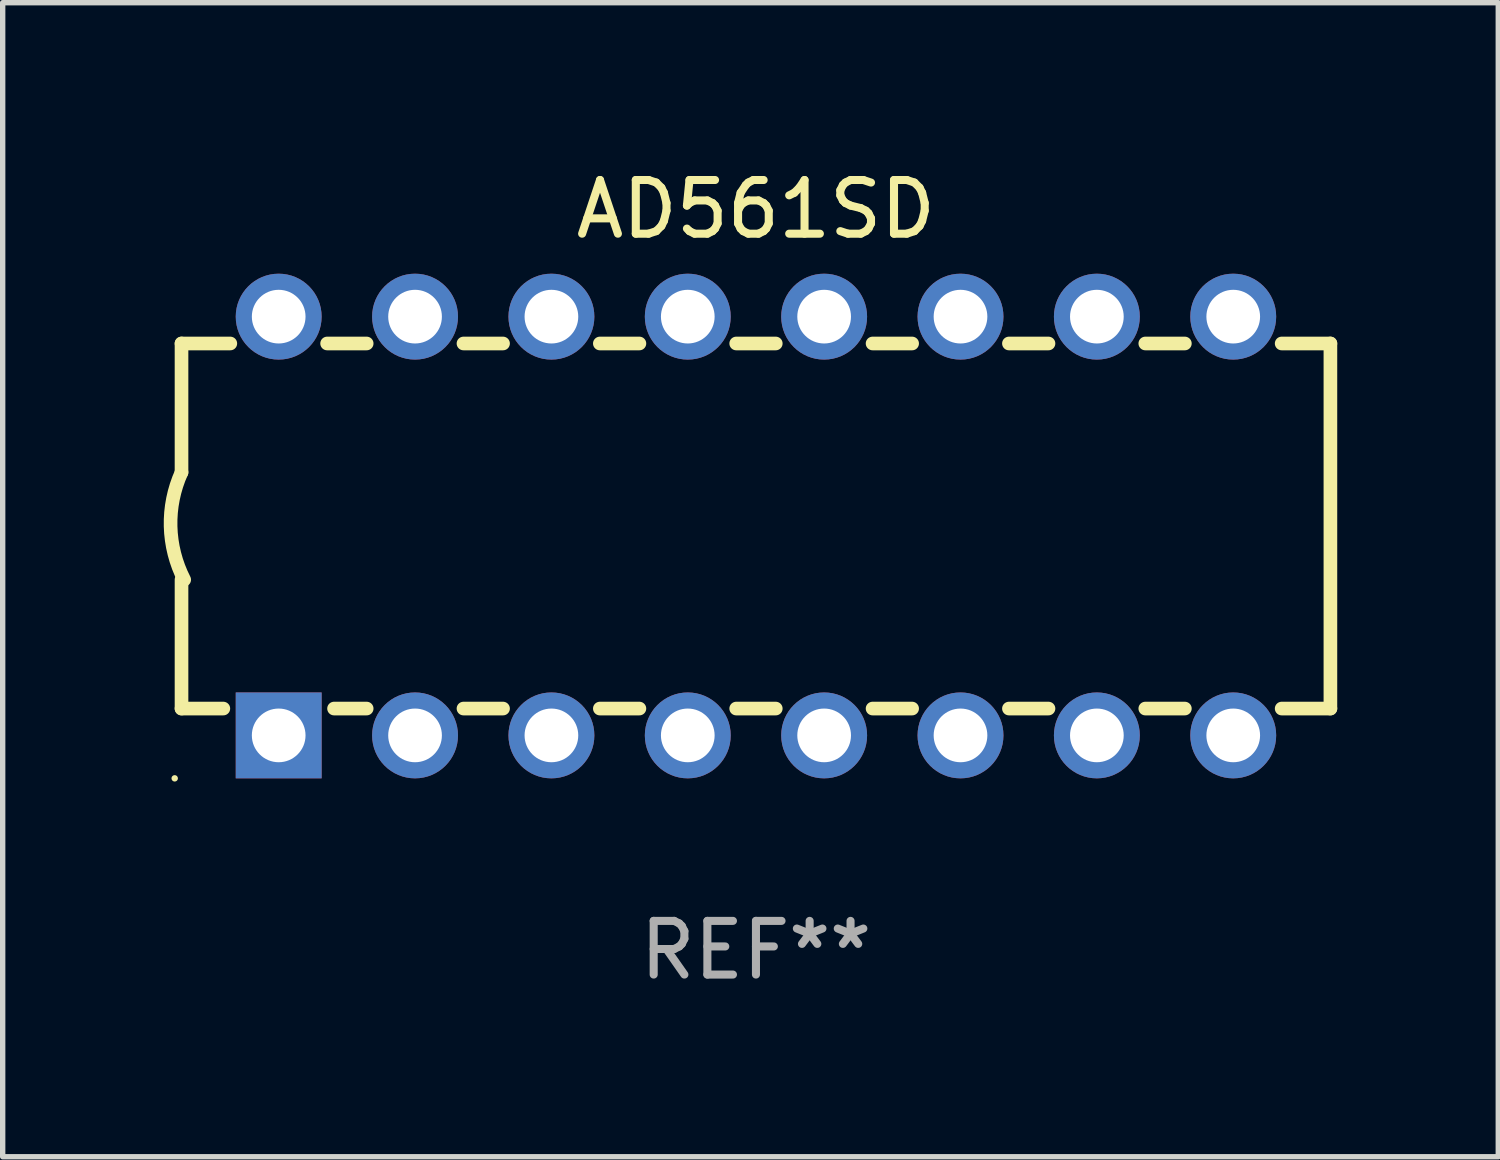
<source format=kicad_pcb>
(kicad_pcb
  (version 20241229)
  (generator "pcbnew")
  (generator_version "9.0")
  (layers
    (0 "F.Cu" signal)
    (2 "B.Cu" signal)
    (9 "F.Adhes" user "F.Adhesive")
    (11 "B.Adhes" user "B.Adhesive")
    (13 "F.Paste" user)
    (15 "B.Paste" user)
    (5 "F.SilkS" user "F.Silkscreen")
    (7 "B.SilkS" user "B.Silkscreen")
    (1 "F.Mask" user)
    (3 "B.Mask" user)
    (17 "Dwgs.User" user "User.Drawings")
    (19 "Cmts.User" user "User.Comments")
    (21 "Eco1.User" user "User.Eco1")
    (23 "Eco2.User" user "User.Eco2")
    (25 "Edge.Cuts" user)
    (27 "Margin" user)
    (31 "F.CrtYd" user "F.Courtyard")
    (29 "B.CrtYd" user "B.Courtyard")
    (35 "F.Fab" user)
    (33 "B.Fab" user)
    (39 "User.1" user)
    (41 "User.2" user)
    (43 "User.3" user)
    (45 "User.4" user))
  (footprint "AD561SD"
    (layer "F.Cu")
    (at 11.031 6.748)
    (property "Reference" "AD561SD" (at 0 -5.9 0) (layer "F.SilkS") (effects (font (size 1 1) (thickness 0.15))))
    (attr through_hole)
    (fp_line (start -10.7 -3.4) (end -9.791 -3.4) (stroke (width 0.254) (type solid)) (layer "F.SilkS"))
    (fp_line (start -10.7 -0.998) (end -10.7 -3.4) (stroke (width 0.254) (type solid)) (layer "F.SilkS"))
    (fp_line (start -10.7 3.4) (end -10.7 1) (stroke (width 0.254) (type solid)) (layer "F.SilkS"))
    (fp_line (start -10.7 3.4) (end -9.921 3.4) (stroke (width 0.254) (type solid)) (layer "F.SilkS"))
    (fp_line (start -7.988 -3.4) (end -7.251 -3.4) (stroke (width 0.254) (type solid)) (layer "F.SilkS"))
    (fp_line (start -7.859 3.4) (end -7.251 3.4) (stroke (width 0.254) (type solid)) (layer "F.SilkS"))
    (fp_line (start -5.448 -3.4) (end -4.711 -3.4) (stroke (width 0.254) (type solid)) (layer "F.SilkS"))
    (fp_line (start -5.448 3.4) (end -4.711 3.4) (stroke (width 0.254) (type solid)) (layer "F.SilkS"))
    (fp_line (start -2.908 -3.4) (end -2.171 -3.4) (stroke (width 0.254) (type solid)) (layer "F.SilkS"))
    (fp_line (start -2.908 3.4) (end -2.171 3.4) (stroke (width 0.254) (type solid)) (layer "F.SilkS"))
    (fp_line (start -0.368 -3.4) (end 0.369 -3.4) (stroke (width 0.254) (type solid)) (layer "F.SilkS"))
    (fp_line (start -0.368 3.4) (end 0.369 3.4) (stroke (width 0.254) (type solid)) (layer "F.SilkS"))
    (fp_line (start 2.172 -3.4) (end 2.909 -3.4) (stroke (width 0.254) (type solid)) (layer "F.SilkS"))
    (fp_line (start 2.172 3.4) (end 2.909 3.4) (stroke (width 0.254) (type solid)) (layer "F.SilkS"))
    (fp_line (start 4.712 -3.4) (end 5.449 -3.4) (stroke (width 0.254) (type solid)) (layer "F.SilkS"))
    (fp_line (start 4.712 3.4) (end 5.449 3.4) (stroke (width 0.254) (type solid)) (layer "F.SilkS"))
    (fp_line (start 7.252 -3.4) (end 7.989 -3.4) (stroke (width 0.254) (type solid)) (layer "F.SilkS"))
    (fp_line (start 7.252 3.4) (end 7.989 3.4) (stroke (width 0.254) (type solid)) (layer "F.SilkS"))
    (fp_line (start 9.792 -3.4) (end 10.7 -3.4) (stroke (width 0.254) (type solid)) (layer "F.SilkS"))
    (fp_line (start 9.792 3.4) (end 10.7 3.4) (stroke (width 0.254) (type solid)) (layer "F.SilkS"))
    (fp_line (start 10.7 3.4) (end 10.7 -3.4) (stroke (width 0.254) (type solid)) (layer "F.SilkS"))
    (fp_arc (start -10.649962 0.99995) (mid -10.90314 0.005668) (end -10.699975 -1.000025) (stroke (width 0.254001) (type solid)) (layer "F.SilkS"))
    (fp_circle (center -10.827 4.7) (end -10.797 4.7) (stroke (width 0.06) (type solid)) (fill no) (layer "F.SilkS"))
    (fp_text user "REF**" (at 0 7.9 0) (layer "F.Fab") (effects (font (size 1 1) (thickness 0.15))))
    (pad "1" thru_hole rect (at -8.89 3.9 90) (size 1.6 1.6) (drill 1) (layers "*.Cu" "*.Mask"))
    (pad "2" thru_hole circle (at -6.35 3.9) (size 1.6 1.6) (drill 1) (layers "*.Cu" "*.Mask"))
    (pad "3" thru_hole circle (at -3.81 3.9) (size 1.6 1.6) (drill 1) (layers "*.Cu" "*.Mask"))
    (pad "4" thru_hole circle (at -1.27 3.9) (size 1.6 1.6) (drill 1) (layers "*.Cu" "*.Mask"))
    (pad "5" thru_hole circle (at 1.27 3.9) (size 1.6 1.6) (drill 1) (layers "*.Cu" "*.Mask"))
    (pad "6" thru_hole circle (at 3.81 3.9) (size 1.6 1.6) (drill 1) (layers "*.Cu" "*.Mask"))
    (pad "7" thru_hole circle (at 6.35 3.9) (size 1.6 1.6) (drill 1) (layers "*.Cu" "*.Mask"))
    (pad "8" thru_hole circle (at 8.89 3.9) (size 1.6 1.6) (drill 1) (layers "*.Cu" "*.Mask"))
    (pad "9" thru_hole circle (at 8.89 -3.9) (size 1.6 1.6) (drill 1) (layers "*.Cu" "*.Mask"))
    (pad "10" thru_hole circle (at 6.35 -3.9) (size 1.6 1.6) (drill 1) (layers "*.Cu" "*.Mask"))
    (pad "11" thru_hole circle (at 3.81 -3.9) (size 1.6 1.6) (drill 1) (layers "*.Cu" "*.Mask"))
    (pad "12" thru_hole circle (at 1.27 -3.9) (size 1.6 1.6) (drill 1) (layers "*.Cu" "*.Mask"))
    (pad "13" thru_hole circle (at -1.27 -3.9) (size 1.6 1.6) (drill 1) (layers "*.Cu" "*.Mask"))
    (pad "14" thru_hole circle (at -3.81 -3.9) (size 1.6 1.6) (drill 1) (layers "*.Cu" "*.Mask"))
    (pad "15" thru_hole circle (at -6.35 -3.9) (size 1.6 1.6) (drill 1) (layers "*.Cu" "*.Mask"))
    (pad "16" thru_hole circle (at -8.89 -3.9) (size 1.6 1.6) (drill 1) (layers "*.Cu" "*.Mask")))
  (gr_rect
    (start -3 -3)
    (end 24.858 18.496)
    (stroke (width 0.1) (type default))
    (fill no)
    (layer "Edge.Cuts")))
</source>
